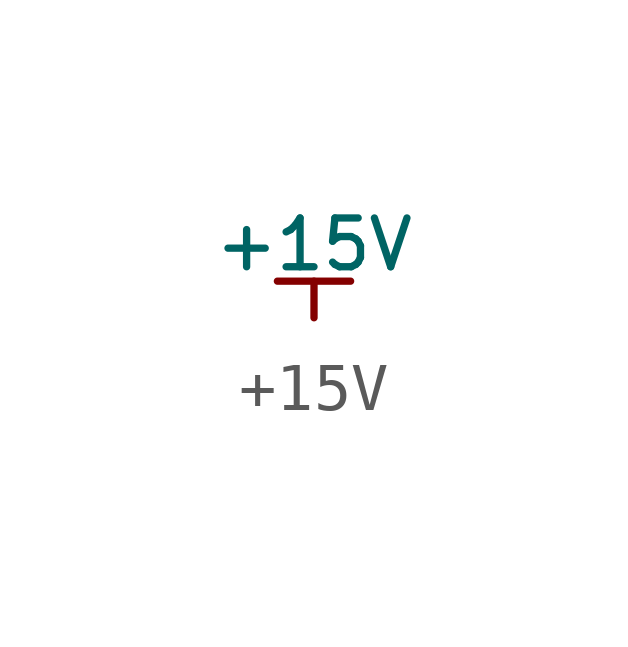
<source format=kicad_sym>
(kicad_symbol_lib
  (version 20211014)
  (generator kicad_symbol_editor)
  (symbol "+15V"
    (power)
    (pin_numbers hide)
    (pin_names
      (offset 0) hide)
    (property "Reference" "#PWR"
      (at 0.254 0 0)
      (effects (font (size 0.508 0.508)) hide))
    (property "Value" "+15V"
      (at 0 1.524 0)
      (effects (font (size 1.016 1.016))))
    (symbol "+15V_0_1"
      (polyline (pts (xy -0.762 0.762) (xy 0.762 0.762)) (stroke (width 0) (type default) (color 0 0 0 0)) (fill (type none)))
      (polyline (pts (xy 0 0) (xy 0 0.762)) (stroke (width 0) (type default) (color 0 0 0 0)) (fill (type none))))
    (symbol "+15V_1_1"
      (pin power_in line (at 0 0 90) (length 0) hide (name "+5V" (effects (font (size 1.27 1.27)))) (number "1" (effects (font (size 1.27 1.27))))))))
</source>
